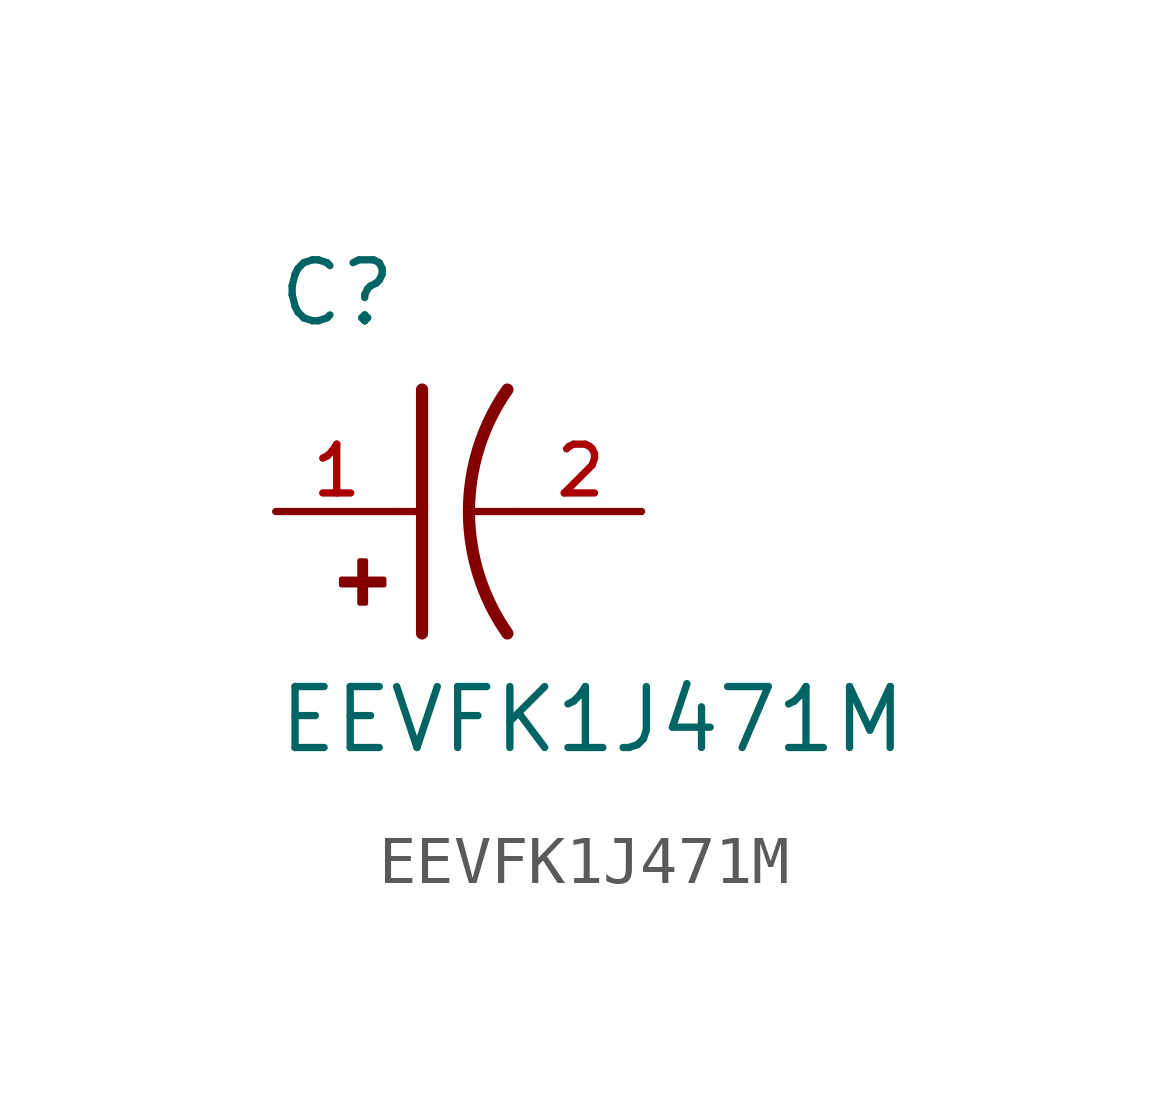
<source format=kicad_sym>
(kicad_symbol_lib
  (version 20211014)
  (generator kicad_symbol_editor)
  (symbol "EEVFK1J471M"
    (pin_names
      (offset 1.016))
    (property "Reference" "C"
      (at -2.54 3.81 0)
      (effects (font (size 1.27 1.27)) (justify bottom left)))
    (property "Value" "EEVFK1J471M"
      (at -2.54 -5.08 0)
      (effects (font (size 1.27 1.27)) (justify bottom left)))
    (symbol "EEVFK1J471M_0_0"
      (arc (start 2.286 -2.54) (mid 1.4851 -0.0) (end 2.286 2.54) (stroke (width 0.254) (type default) (color 0 0 0 0)) (fill (type none)))
      (polyline (pts (xy 0.508 2.54) (xy 0.508 0.0)) (stroke (width 0.254)))
      (rectangle (start -1.173 -1.532) (end -0.284 -1.405) (stroke (width 0.1)) (fill (type outline)))
      (rectangle (start -0.792 -1.913) (end -0.665 -1.024) (stroke (width 0.1)) (fill (type outline)))
      (polyline (pts (xy 0.508 0.0) (xy 0.508 -2.54)) (stroke (width 0.254)))
      (polyline (pts (xy 0.0 0.0) (xy 0.508 0.0)) (stroke (width 0.152)))
      (polyline (pts (xy 2.54 0.0) (xy 1.524 0.0)) (stroke (width 0.152)))
      (pin passive line (at -2.54 0.0 0) (length 2.54) (name "~" (effects (font (size 1.016 1.016)))) (number "1" (effects (font (size 1.016 1.016)))))
      (pin passive line (at 5.08 0.0 180.0) (length 2.54) (name "~" (effects (font (size 1.016 1.016)))) (number "2" (effects (font (size 1.016 1.016))))))))
</source>
